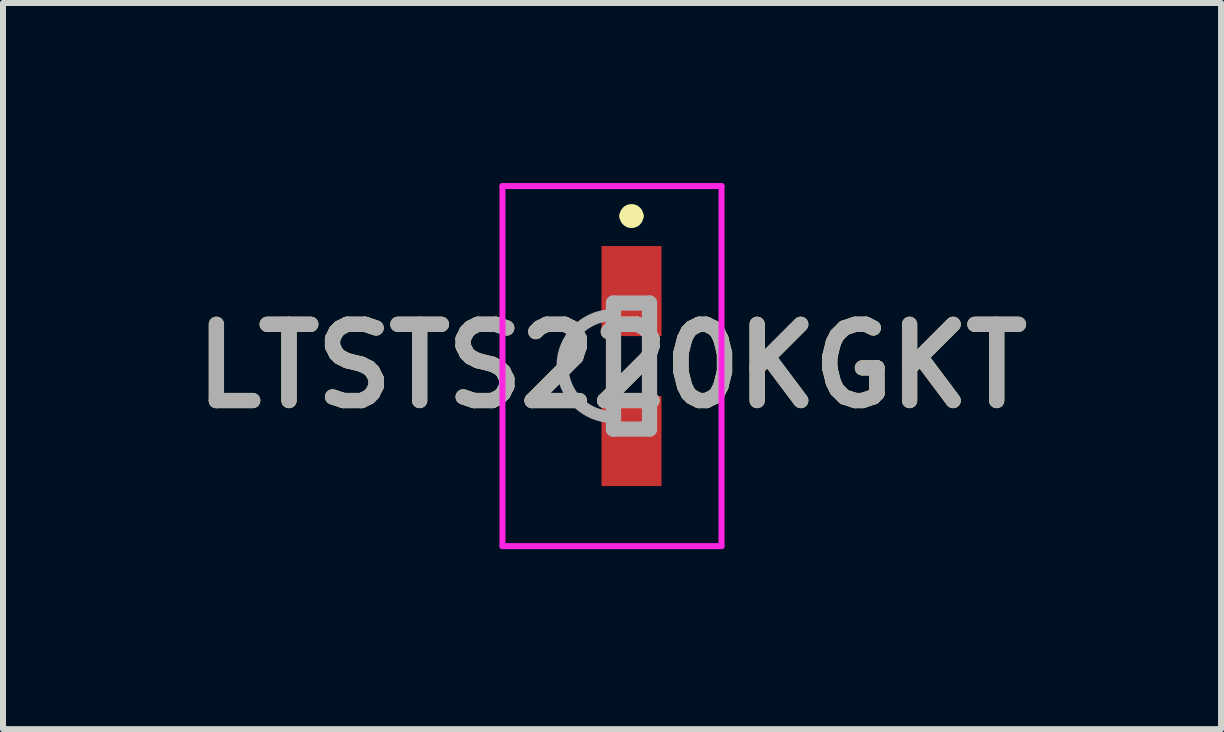
<source format=kicad_pcb>
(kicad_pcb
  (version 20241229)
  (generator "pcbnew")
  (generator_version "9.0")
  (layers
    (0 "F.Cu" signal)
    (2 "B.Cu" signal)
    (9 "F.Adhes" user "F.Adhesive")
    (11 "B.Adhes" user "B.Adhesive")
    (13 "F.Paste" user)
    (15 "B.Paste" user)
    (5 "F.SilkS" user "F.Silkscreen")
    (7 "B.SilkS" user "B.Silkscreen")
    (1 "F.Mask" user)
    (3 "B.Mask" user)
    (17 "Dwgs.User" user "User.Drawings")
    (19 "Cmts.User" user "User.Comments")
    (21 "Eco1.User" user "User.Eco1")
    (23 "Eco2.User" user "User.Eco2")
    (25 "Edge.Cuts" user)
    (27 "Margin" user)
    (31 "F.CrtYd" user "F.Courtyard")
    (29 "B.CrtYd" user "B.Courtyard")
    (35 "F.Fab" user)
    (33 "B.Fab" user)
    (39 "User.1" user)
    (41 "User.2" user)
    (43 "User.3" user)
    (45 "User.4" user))
  (footprint "LTSTS220KGKT"
    (layer "F.Cu")
    (at 7.473 3.05)
    (property "Reference" "LTSTS220KGKT" (at -0.325 0 0) (layer "F.SilkS") (effects (font (size 1.27 1.27) (thickness 0.254))))
    (attr smd)
    (fp_line (start -0.1 -2.5) (end -0.1 -2.5) (stroke (width 0.2) (type solid)) (layer "F.SilkS"))
    (fp_line (start 0.1 -2.5) (end 0.1 -2.5) (stroke (width 0.2) (type solid)) (layer "F.SilkS"))
    (fp_line (start 0.3 -0.3) (end 0.3 0.3) (stroke (width 0.1) (type solid)) (layer "F.SilkS"))
    (fp_arc (start -0.1 -2.5) (mid 0 -2.6) (end 0.1 -2.5) (stroke (width 0.2) (type solid)) (layer "F.SilkS"))
    (fp_arc (start 0.1 -2.5) (mid 0 -2.4) (end -0.1 -2.5) (stroke (width 0.2) (type solid)) (layer "F.SilkS"))
    (fp_line (start -2.15 -3) (end 1.5 -3) (stroke (width 0.1) (type solid)) (layer "F.CrtYd"))
    (fp_line (start -2.15 3) (end -2.15 -3) (stroke (width 0.1) (type solid)) (layer "F.CrtYd"))
    (fp_line (start 1.5 -3) (end 1.5 3) (stroke (width 0.1) (type solid)) (layer "F.CrtYd"))
    (fp_line (start 1.5 3) (end -2.15 3) (stroke (width 0.1) (type solid)) (layer "F.CrtYd"))
    (fp_line (start -0.3 -1.05) (end 0.3 -1.05) (stroke (width 0.254) (type solid)) (layer "F.Fab"))
    (fp_line (start -0.3 -0.85) (end -0.3 -0.85) (stroke (width 0.2) (type solid)) (layer "F.Fab"))
    (fp_line (start -0.3 0.85) (end -0.3 -0.85) (stroke (width 0.2) (type solid)) (layer "F.Fab"))
    (fp_line (start -0.3 1.05) (end -0.3 -1.05) (stroke (width 0.254) (type solid)) (layer "F.Fab"))
    (fp_line (start 0.3 -1.05) (end 0.3 1.05) (stroke (width 0.254) (type solid)) (layer "F.Fab"))
    (fp_line (start 0.3 1.05) (end -0.3 1.05) (stroke (width 0.254) (type solid)) (layer "F.Fab"))
    (fp_arc (start -0.3 0.85) (mid -1.15 0) (end -0.3 -0.85) (stroke (width 0.2) (type solid)) (layer "F.Fab"))
    (fp_text user "${REFERENCE}" (at -0.325 0 0) (layer "F.Fab") (effects (font (size 1.27 1.27) (thickness 0.254))))
    (pad "1" smd rect (at 0 -1.25) (size 1 1.5) (layers "F.Cu" "F.Mask" "F.Paste"))
    (pad "2" smd rect (at 0 1.25) (size 1 1.5) (layers "F.Cu" "F.Mask" "F.Paste")))
  (gr_rect
    (start -3 -3)
    (end 17.297 9.1)
    (stroke (width 0.1) (type default))
    (fill no)
    (layer "Edge.Cuts")))
</source>
